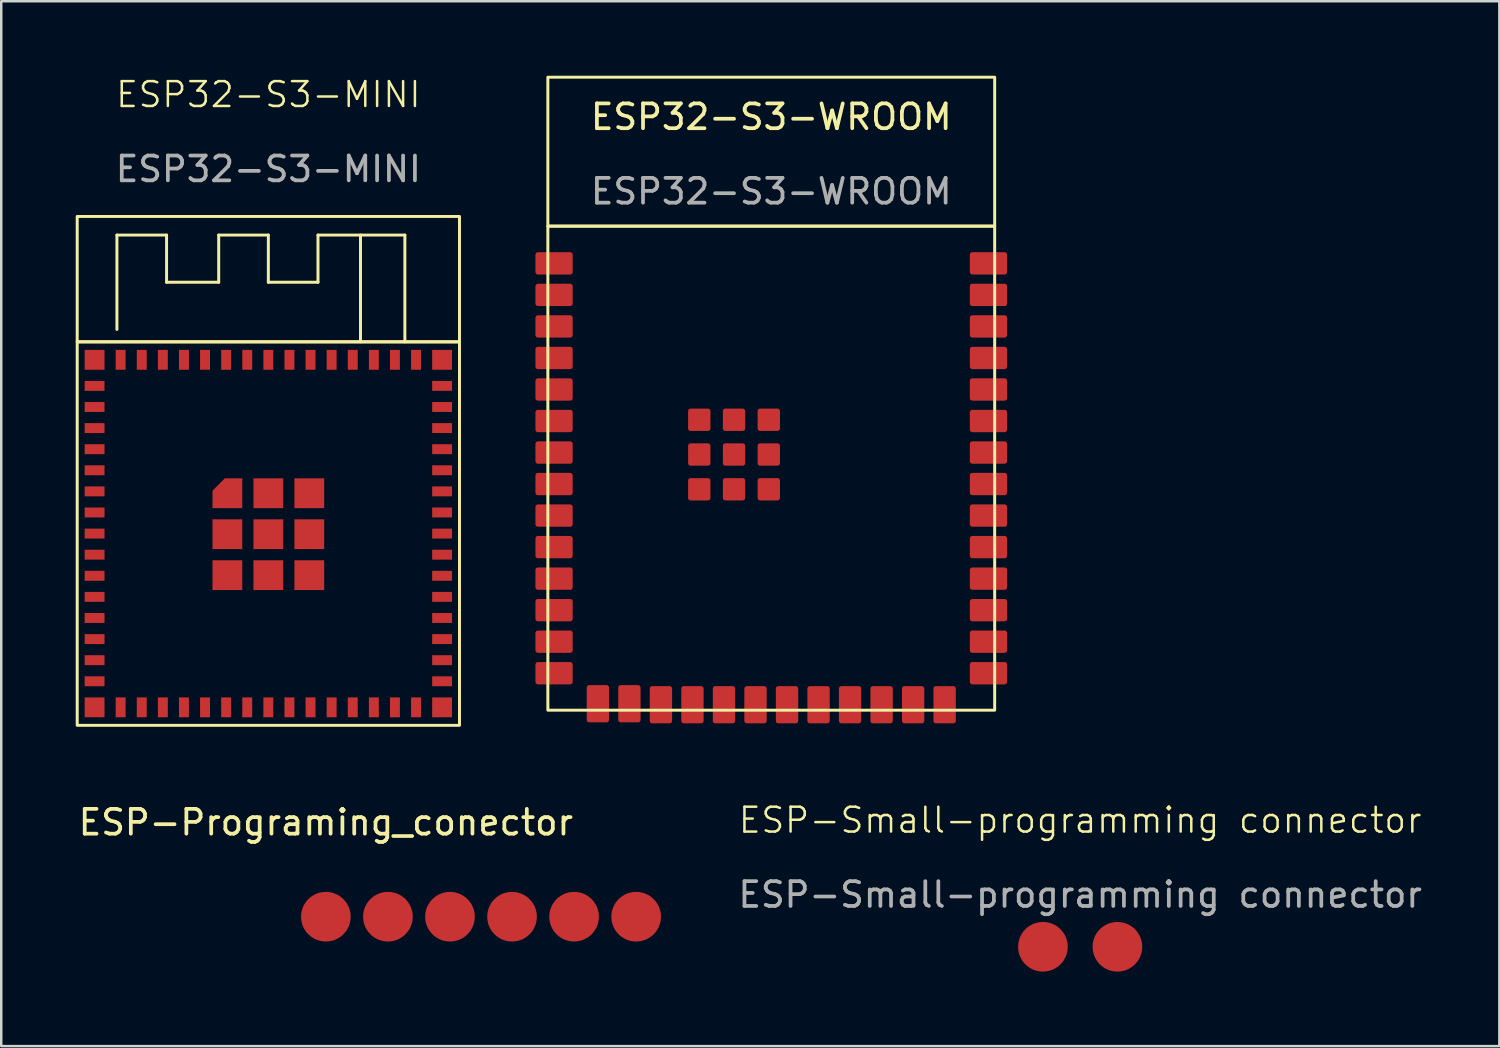
<source format=kicad_pcb>
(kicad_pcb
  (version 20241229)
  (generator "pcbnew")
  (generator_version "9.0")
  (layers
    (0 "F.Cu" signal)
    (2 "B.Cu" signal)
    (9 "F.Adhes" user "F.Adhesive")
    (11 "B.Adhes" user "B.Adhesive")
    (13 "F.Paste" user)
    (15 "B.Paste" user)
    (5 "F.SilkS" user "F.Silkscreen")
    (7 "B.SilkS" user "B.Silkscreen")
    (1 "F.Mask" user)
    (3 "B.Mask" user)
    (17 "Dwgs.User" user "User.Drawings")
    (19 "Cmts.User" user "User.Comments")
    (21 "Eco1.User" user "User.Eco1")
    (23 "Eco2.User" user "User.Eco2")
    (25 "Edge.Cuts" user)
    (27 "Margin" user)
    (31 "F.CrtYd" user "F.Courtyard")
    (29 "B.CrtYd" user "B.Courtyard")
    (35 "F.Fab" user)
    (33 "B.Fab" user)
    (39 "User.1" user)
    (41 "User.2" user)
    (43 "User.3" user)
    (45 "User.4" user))
  (footprint "ESP-Small-programming connector"
    (layer "F.Cu")
    (at 40.464 35.091)
    (property "Reference" "ESP-Small-programming connector" (at 0 -5.1 0) (unlocked yes) (layer "F.SilkS") (effects (font (size 1 1) (thickness 0.1))))
    (attr smd)
    (fp_text user "${REFERENCE}" (at 0 -2.1 0) (unlocked yes) (layer "F.Fab") (effects (font (size 1 1) (thickness 0.15))))
    (pad "1" smd circle (at -1.5 0) (size 2 2) (layers "F.Cu" "F.Mask" "F.Paste"))
    (pad "2" smd circle (at 1.5 0) (size 2 2) (layers "F.Cu" "F.Mask" "F.Paste")))
  (footprint "ESP32-S3-WROOM"
    (layer "F.Cu")
    (at 28.02 7.56)
    (property "Reference" "ESP32-S3-WROOM" (at 0 -5.9 0) (unlocked yes) (layer "F.SilkS") (effects (font (size 1 1) (thickness 0.15))))
    (attr smd)
    (fp_rect (start -9 -1.5) (end 9 -7.5) (stroke (width 0.12) (type solid)) (fill no) (layer "F.SilkS"))
    (fp_rect (start -9 -1.5) (end 9 18) (stroke (width 0.12) (type solid)) (fill no) (layer "F.SilkS"))
    (fp_text user "${REFERENCE}" (at 0 -2.9 0) (unlocked yes) (layer "F.Fab") (effects (font (size 1 1) (thickness 0.15))))
    (pad "1" smd roundrect (at -8.75 0) (size 1.5 0.9) (layers "F.Cu" "F.Mask" "F.Paste") (roundrect_rratio 0.111))
    (pad "2" smd roundrect (at -8.75 1.27) (size 1.5 0.9) (layers "F.Cu" "F.Mask" "F.Paste") (roundrect_rratio 0.111))
    (pad "3" smd roundrect (at -8.75 2.54) (size 1.5 0.9) (layers "F.Cu" "F.Mask" "F.Paste") (roundrect_rratio 0.111))
    (pad "4" smd roundrect (at -8.75 3.81) (size 1.5 0.9) (layers "F.Cu" "F.Mask" "F.Paste") (roundrect_rratio 0.111))
    (pad "5" smd roundrect (at -8.75 5.08) (size 1.5 0.9) (layers "F.Cu" "F.Mask" "F.Paste") (roundrect_rratio 0.111))
    (pad "6" smd roundrect (at -8.75 6.35) (size 1.5 0.9) (layers "F.Cu" "F.Mask" "F.Paste") (roundrect_rratio 0.111))
    (pad "7" smd roundrect (at -8.75 7.62) (size 1.5 0.9) (layers "F.Cu" "F.Mask" "F.Paste") (roundrect_rratio 0.111))
    (pad "8" smd roundrect (at -8.75 8.89) (size 1.5 0.9) (layers "F.Cu" "F.Mask" "F.Paste") (roundrect_rratio 0.111))
    (pad "9" smd roundrect (at -8.75 10.16) (size 1.5 0.9) (layers "F.Cu" "F.Mask" "F.Paste") (roundrect_rratio 0.111))
    (pad "10" smd roundrect (at -8.75 11.43) (size 1.5 0.9) (layers "F.Cu" "F.Mask" "F.Paste") (roundrect_rratio 0.111))
    (pad "11" smd roundrect (at -8.75 12.7) (size 1.5 0.9) (layers "F.Cu" "F.Mask" "F.Paste") (roundrect_rratio 0.111))
    (pad "12" smd roundrect (at -8.75 13.97) (size 1.5 0.9) (layers "F.Cu" "F.Mask" "F.Paste") (roundrect_rratio 0.111))
    (pad "13" smd roundrect (at -8.75 15.24) (size 1.5 0.9) (layers "F.Cu" "F.Mask" "F.Paste") (roundrect_rratio 0.111))
    (pad "14" smd roundrect (at -8.75 16.51) (size 1.5 0.9) (layers "F.Cu" "F.Mask" "F.Paste") (roundrect_rratio 0.111))
    (pad "15" smd roundrect (at -6.985 17.74 270) (size 1.5 0.9) (layers "F.Cu" "F.Mask" "F.Paste") (roundrect_rratio 0.111))
    (pad "16" smd roundrect (at -5.715 17.74 270) (size 1.5 0.9) (layers "F.Cu" "F.Mask" "F.Paste") (roundrect_rratio 0.111))
    (pad "17" smd roundrect (at -4.445 17.78 270) (size 1.5 0.9) (layers "F.Cu" "F.Mask" "F.Paste") (roundrect_rratio 0.111))
    (pad "18" smd roundrect (at -3.175 17.78 270) (size 1.5 0.9) (layers "F.Cu" "F.Mask" "F.Paste") (roundrect_rratio 0.111))
    (pad "19" smd roundrect (at -1.905 17.78 270) (size 1.5 0.9) (layers "F.Cu" "F.Mask" "F.Paste") (roundrect_rratio 0.111))
    (pad "20" smd roundrect (at -0.635 17.78 270) (size 1.5 0.9) (layers "F.Cu" "F.Mask" "F.Paste") (roundrect_rratio 0.111))
    (pad "21" smd roundrect (at 0.635 17.78 270) (size 1.5 0.9) (layers "F.Cu" "F.Mask" "F.Paste") (roundrect_rratio 0.111))
    (pad "22" smd roundrect (at 1.905 17.78 270) (size 1.5 0.9) (layers "F.Cu" "F.Mask" "F.Paste") (roundrect_rratio 0.111))
    (pad "23" smd roundrect (at 3.175 17.78 270) (size 1.5 0.9) (layers "F.Cu" "F.Mask" "F.Paste") (roundrect_rratio 0.111))
    (pad "24" smd roundrect (at 4.445 17.78 270) (size 1.5 0.9) (layers "F.Cu" "F.Mask" "F.Paste") (roundrect_rratio 0.111))
    (pad "25" smd roundrect (at 5.715 17.78 270) (size 1.5 0.9) (layers "F.Cu" "F.Mask" "F.Paste") (roundrect_rratio 0.111))
    (pad "26" smd roundrect (at 6.985 17.78 270) (size 1.5 0.9) (layers "F.Cu" "F.Mask" "F.Paste") (roundrect_rratio 0.111))
    (pad "27" smd roundrect (at 8.75 16.51) (size 1.5 0.9) (layers "F.Cu" "F.Mask" "F.Paste") (roundrect_rratio 0.111))
    (pad "28" smd roundrect (at 8.75 15.24) (size 1.5 0.9) (layers "F.Cu" "F.Mask" "F.Paste") (roundrect_rratio 0.111))
    (pad "29" smd roundrect (at 8.75 13.97) (size 1.5 0.9) (layers "F.Cu" "F.Mask" "F.Paste") (roundrect_rratio 0.111))
    (pad "30" smd roundrect (at 8.75 12.7) (size 1.5 0.9) (layers "F.Cu" "F.Mask" "F.Paste") (roundrect_rratio 0.111))
    (pad "31" smd roundrect (at 8.75 11.43) (size 1.5 0.9) (layers "F.Cu" "F.Mask" "F.Paste") (roundrect_rratio 0.111))
    (pad "32" smd roundrect (at 8.75 10.16) (size 1.5 0.9) (layers "F.Cu" "F.Mask" "F.Paste") (roundrect_rratio 0.111))
    (pad "33" smd roundrect (at 8.75 8.89) (size 1.5 0.9) (layers "F.Cu" "F.Mask" "F.Paste") (roundrect_rratio 0.111))
    (pad "34" smd roundrect (at 8.75 7.62) (size 1.5 0.9) (layers "F.Cu" "F.Mask" "F.Paste") (roundrect_rratio 0.111))
    (pad "35" smd roundrect (at 8.75 6.35) (size 1.5 0.9) (layers "F.Cu" "F.Mask" "F.Paste") (roundrect_rratio 0.111))
    (pad "36" smd roundrect (at 8.75 5.08) (size 1.5 0.9) (layers "F.Cu" "F.Mask" "F.Paste") (roundrect_rratio 0.111))
    (pad "37" smd roundrect (at 8.75 3.81) (size 1.5 0.9) (layers "F.Cu" "F.Mask" "F.Paste") (roundrect_rratio 0.111))
    (pad "38" smd roundrect (at 8.75 2.54) (size 1.5 0.9) (layers "F.Cu" "F.Mask" "F.Paste") (roundrect_rratio 0.111))
    (pad "39" smd roundrect (at 8.75 1.27) (size 1.5 0.9) (layers "F.Cu" "F.Mask" "F.Paste") (roundrect_rratio 0.111))
    (pad "40" smd roundrect (at 8.75 0) (size 1.5 0.9) (layers "F.Cu" "F.Mask" "F.Paste") (roundrect_rratio 0.111))
    (pad "41" smd roundrect (at -2.9 6.3) (size 0.9 0.9) (layers "F.Cu" "F.Mask" "F.Paste") (roundrect_rratio 0.111))
    (pad "41" smd roundrect (at -2.9 7.7) (size 0.9 0.9) (layers "F.Cu" "F.Mask" "F.Paste") (roundrect_rratio 0.111))
    (pad "41" smd roundrect (at -2.9 9.1) (size 0.9 0.9) (layers "F.Cu" "F.Mask" "F.Paste") (roundrect_rratio 0.111))
    (pad "41" smd roundrect (at -1.5 6.3) (size 0.9 0.9) (layers "F.Cu" "F.Mask" "F.Paste") (roundrect_rratio 0.111))
    (pad "41" smd roundrect (at -1.5 7.7) (size 0.9 0.9) (layers "F.Cu" "F.Mask" "F.Paste") (roundrect_rratio 0.111))
    (pad "41" smd roundrect (at -1.5 9.1) (size 0.9 0.9) (layers "F.Cu" "F.Mask" "F.Paste") (roundrect_rratio 0.111))
    (pad "41" smd roundrect (at -0.1 6.3) (size 0.9 0.9) (layers "F.Cu" "F.Mask" "F.Paste") (roundrect_rratio 0.111))
    (pad "41" smd roundrect (at -0.1 7.7) (size 0.9 0.9) (layers "F.Cu" "F.Mask" "F.Paste") (roundrect_rratio 0.111))
    (pad "41" smd roundrect (at -0.1 9.1) (size 0.9 0.9) (layers "F.Cu" "F.Mask" "F.Paste") (roundrect_rratio 0.111)))
  (footprint "ESP32-S3-MINI"
    (layer "F.Cu")
    (at 7.76 10.72)
    (property "Reference" "ESP32-S3-MINI" (at 0 -9.96 0) (unlocked yes) (layer "F.SilkS") (effects (font (size 1 1) (thickness 0.1))))
    (attr smd)
    (fp_line (start -6.1 -4.3) (end -6.1 -0.5) (stroke (width 0.12) (type solid)) (layer "F.SilkS"))
    (fp_line (start -4.1 -4.3) (end -6.1 -4.3) (stroke (width 0.12) (type solid)) (layer "F.SilkS"))
    (fp_line (start -4.1 -2.4) (end -4.1 -4.3) (stroke (width 0.12) (type solid)) (layer "F.SilkS"))
    (fp_line (start -2 -4.3) (end -2 -2.4) (stroke (width 0.12) (type solid)) (layer "F.SilkS"))
    (fp_line (start -2 -2.4) (end -4.1 -2.4) (stroke (width 0.12) (type solid)) (layer "F.SilkS"))
    (fp_line (start 0 -4.3) (end -2 -4.3) (stroke (width 0.12) (type solid)) (layer "F.SilkS"))
    (fp_line (start 0 -2.4) (end 0 -4.3) (stroke (width 0.12) (type solid)) (layer "F.SilkS"))
    (fp_line (start 2 -4.3) (end 2 -2.4) (stroke (width 0.12) (type solid)) (layer "F.SilkS"))
    (fp_line (start 2 -2.4) (end 0 -2.4) (stroke (width 0.12) (type solid)) (layer "F.SilkS"))
    (fp_line (start 3.712 0) (end 3.712 -4.3) (stroke (width 0.12) (type solid)) (layer "F.SilkS"))
    (fp_line (start 5.5 -4.3) (end 2 -4.3) (stroke (width 0.12) (type solid)) (layer "F.SilkS"))
    (fp_line (start 5.5 0) (end 5.5 -4.3) (stroke (width 0.12) (type solid)) (layer "F.SilkS"))
    (fp_rect (start -7.7 0) (end 7.7 -5.05) (stroke (width 0.12) (type solid)) (fill no) (layer "F.SilkS"))
    (fp_rect (start -7.7 0) (end 7.7 15.45) (stroke (width 0.12) (type solid)) (fill no) (layer "F.SilkS"))
    (fp_text user "${REFERENCE}" (at 0 -6.96 0) (unlocked yes) (layer "F.Fab") (effects (font (size 1 1) (thickness 0.15))))
    (pad "1" smd rect (at -7 1.775) (size 0.8 0.4) (layers "F.Cu" "F.Mask" "F.Paste"))
    (pad "2" smd rect (at -7 2.625) (size 0.8 0.4) (layers "F.Cu" "F.Mask" "F.Paste"))
    (pad "3" smd rect (at -7 3.475) (size 0.8 0.4) (layers "F.Cu" "F.Mask" "F.Paste"))
    (pad "4" smd rect (at -7 4.325) (size 0.8 0.4) (layers "F.Cu" "F.Mask" "F.Paste"))
    (pad "5" smd rect (at -7 5.175) (size 0.8 0.4) (layers "F.Cu" "F.Mask" "F.Paste"))
    (pad "6" smd rect (at -7 6.025) (size 0.8 0.4) (layers "F.Cu" "F.Mask" "F.Paste"))
    (pad "7" smd rect (at -7 6.875) (size 0.8 0.4) (layers "F.Cu" "F.Mask" "F.Paste"))
    (pad "8" smd rect (at -7 7.725) (size 0.8 0.4) (layers "F.Cu" "F.Mask" "F.Paste"))
    (pad "9" smd rect (at -7 8.575) (size 0.8 0.4) (layers "F.Cu" "F.Mask" "F.Paste"))
    (pad "10" smd rect (at -7 9.425) (size 0.8 0.4) (layers "F.Cu" "F.Mask" "F.Paste"))
    (pad "11" smd rect (at -7 10.275) (size 0.8 0.4) (layers "F.Cu" "F.Mask" "F.Paste"))
    (pad "12" smd rect (at -7 11.125) (size 0.8 0.4) (layers "F.Cu" "F.Mask" "F.Paste"))
    (pad "13" smd rect (at -7 11.975) (size 0.8 0.4) (layers "F.Cu" "F.Mask" "F.Paste"))
    (pad "14" smd rect (at -7 12.825) (size 0.8 0.4) (layers "F.Cu" "F.Mask" "F.Paste"))
    (pad "15" smd rect (at -7 13.675) (size 0.8 0.4) (layers "F.Cu" "F.Mask" "F.Paste"))
    (pad "16" smd rect (at -5.95 14.725 90) (size 0.8 0.4) (layers "F.Cu" "F.Mask" "F.Paste"))
    (pad "17" smd rect (at -5.1 14.725 90) (size 0.8 0.4) (layers "F.Cu" "F.Mask" "F.Paste"))
    (pad "18" smd rect (at -4.25 14.725 90) (size 0.8 0.4) (layers "F.Cu" "F.Mask" "F.Paste"))
    (pad "19" smd rect (at -3.4 14.725 90) (size 0.8 0.4) (layers "F.Cu" "F.Mask" "F.Paste"))
    (pad "20" smd rect (at -2.55 14.725 90) (size 0.8 0.4) (layers "F.Cu" "F.Mask" "F.Paste"))
    (pad "21" smd rect (at -1.7 14.725 90) (size 0.8 0.4) (layers "F.Cu" "F.Mask" "F.Paste"))
    (pad "22" smd rect (at -0.85 14.725 90) (size 0.8 0.4) (layers "F.Cu" "F.Mask" "F.Paste"))
    (pad "23" smd rect (at 0 14.725 90) (size 0.8 0.4) (layers "F.Cu" "F.Mask" "F.Paste"))
    (pad "24" smd rect (at 0.85 14.725 90) (size 0.8 0.4) (layers "F.Cu" "F.Mask" "F.Paste"))
    (pad "25" smd rect (at 1.7 14.725 90) (size 0.8 0.4) (layers "F.Cu" "F.Mask" "F.Paste"))
    (pad "26" smd rect (at 2.55 14.725 90) (size 0.8 0.4) (layers "F.Cu" "F.Mask" "F.Paste"))
    (pad "27" smd rect (at 3.4 14.725 90) (size 0.8 0.4) (layers "F.Cu" "F.Mask" "F.Paste"))
    (pad "28" smd rect (at 4.25 14.725 90) (size 0.8 0.4) (layers "F.Cu" "F.Mask" "F.Paste"))
    (pad "29" smd rect (at 5.1 14.725 90) (size 0.8 0.4) (layers "F.Cu" "F.Mask" "F.Paste"))
    (pad "30" smd rect (at 5.95 14.725 90) (size 0.8 0.4) (layers "F.Cu" "F.Mask" "F.Paste"))
    (pad "31" smd rect (at 7 13.675 180) (size 0.8 0.4) (layers "F.Cu" "F.Mask" "F.Paste"))
    (pad "32" smd rect (at 7 12.825 180) (size 0.8 0.4) (layers "F.Cu" "F.Mask" "F.Paste"))
    (pad "33" smd rect (at 7 11.975 180) (size 0.8 0.4) (layers "F.Cu" "F.Mask" "F.Paste"))
    (pad "34" smd rect (at 7 11.125 180) (size 0.8 0.4) (layers "F.Cu" "F.Mask" "F.Paste"))
    (pad "35" smd rect (at 7 10.275 180) (size 0.8 0.4) (layers "F.Cu" "F.Mask" "F.Paste"))
    (pad "36" smd rect (at 7 9.425 180) (size 0.8 0.4) (layers "F.Cu" "F.Mask" "F.Paste"))
    (pad "37" smd rect (at 7 8.575 180) (size 0.8 0.4) (layers "F.Cu" "F.Mask" "F.Paste"))
    (pad "38" smd rect (at 7 7.725 180) (size 0.8 0.4) (layers "F.Cu" "F.Mask" "F.Paste"))
    (pad "39" smd rect (at 7 6.875 180) (size 0.8 0.4) (layers "F.Cu" "F.Mask" "F.Paste"))
    (pad "40" smd rect (at 7 6.025 180) (size 0.8 0.4) (layers "F.Cu" "F.Mask" "F.Paste"))
    (pad "41" smd rect (at 7 5.175 180) (size 0.8 0.4) (layers "F.Cu" "F.Mask" "F.Paste"))
    (pad "42" smd rect (at 7 4.325 180) (size 0.8 0.4) (layers "F.Cu" "F.Mask" "F.Paste"))
    (pad "43" smd rect (at 7 3.475 180) (size 0.8 0.4) (layers "F.Cu" "F.Mask" "F.Paste"))
    (pad "44" smd rect (at 7 2.625 180) (size 0.8 0.4) (layers "F.Cu" "F.Mask" "F.Paste"))
    (pad "45" smd rect (at 7 1.775 180) (size 0.8 0.4) (layers "F.Cu" "F.Mask" "F.Paste"))
    (pad "46" smd rect (at 5.95 0.725 270) (size 0.8 0.4) (layers "F.Cu" "F.Mask" "F.Paste"))
    (pad "47" smd rect (at 5.1 0.725 270) (size 0.8 0.4) (layers "F.Cu" "F.Mask" "F.Paste"))
    (pad "48" smd rect (at 4.25 0.725 270) (size 0.8 0.4) (layers "F.Cu" "F.Mask" "F.Paste"))
    (pad "49" smd rect (at 3.4 0.725 270) (size 0.8 0.4) (layers "F.Cu" "F.Mask" "F.Paste"))
    (pad "50" smd rect (at 2.55 0.725 270) (size 0.8 0.4) (layers "F.Cu" "F.Mask" "F.Paste"))
    (pad "51" smd rect (at 1.7 0.725 270) (size 0.8 0.4) (layers "F.Cu" "F.Mask" "F.Paste"))
    (pad "52" smd rect (at 0.85 0.725 270) (size 0.8 0.4) (layers "F.Cu" "F.Mask" "F.Paste"))
    (pad "53" smd rect (at 0 0.725 270) (size 0.8 0.4) (layers "F.Cu" "F.Mask" "F.Paste"))
    (pad "54" smd rect (at -0.85 0.725 270) (size 0.8 0.4) (layers "F.Cu" "F.Mask" "F.Paste"))
    (pad "55" smd rect (at -1.7 0.725 270) (size 0.8 0.4) (layers "F.Cu" "F.Mask" "F.Paste"))
    (pad "56" smd rect (at -2.55 0.725 270) (size 0.8 0.4) (layers "F.Cu" "F.Mask" "F.Paste"))
    (pad "57" smd rect (at -3.4 0.725 270) (size 0.8 0.4) (layers "F.Cu" "F.Mask" "F.Paste"))
    (pad "58" smd rect (at -4.25 0.725 270) (size 0.8 0.4) (layers "F.Cu" "F.Mask" "F.Paste"))
    (pad "59" smd rect (at -5.1 0.725 270) (size 0.8 0.4) (layers "F.Cu" "F.Mask" "F.Paste"))
    (pad "60" smd rect (at -5.95 0.725 270) (size 0.8 0.4) (layers "F.Cu" "F.Mask" "F.Paste"))
    (pad "61" smd roundrect (at -1.65 6.1) (size 1.2 1.2) (layers "F.Cu" "F.Mask" "F.Paste") (roundrect_rratio 0) (chamfer_ratio 0.414) (chamfer top_left))
    (pad "61" smd rect (at -1.65 7.75) (size 1.2 1.2) (layers "F.Cu" "F.Mask" "F.Paste"))
    (pad "61" smd rect (at -1.65 9.4) (size 1.2 1.2) (layers "F.Cu" "F.Mask" "F.Paste"))
    (pad "61" smd rect (at 0 6.1) (size 1.2 1.2) (layers "F.Cu" "F.Mask" "F.Paste"))
    (pad "61" smd rect (at 0 7.75) (size 1.2 1.2) (layers "F.Cu" "F.Mask" "F.Paste"))
    (pad "61" smd rect (at 0 9.4) (size 1.2 1.2) (layers "F.Cu" "F.Mask" "F.Paste"))
    (pad "61" smd rect (at 1.65 6.1) (size 1.2 1.2) (layers "F.Cu" "F.Mask" "F.Paste"))
    (pad "61" smd rect (at 1.65 7.75) (size 1.2 1.2) (layers "F.Cu" "F.Mask" "F.Paste"))
    (pad "61" smd rect (at 1.65 9.4) (size 1.2 1.2) (layers "F.Cu" "F.Mask" "F.Paste"))
    (pad "62" smd rect (at -7 0.725) (size 0.8 0.8) (layers "F.Cu" "F.Mask" "F.Paste"))
    (pad "63" smd rect (at -7 14.725) (size 0.8 0.8) (layers "F.Cu" "F.Mask" "F.Paste"))
    (pad "64" smd rect (at 7 14.725) (size 0.8 0.8) (layers "F.Cu" "F.Mask" "F.Paste"))
    (pad "65" smd rect (at 7 0.725) (size 0.8 0.8) (layers "F.Cu" "F.Mask" "F.Paste")))
  (footprint "ESP-Programing_conector"
    (layer "F.Cu")
    (at 10.077 33.879)
    (property "Reference" "ESP-Programing_conector" (at 0 -3.8 0) (unlocked yes) (layer "F.SilkS") (effects (font (size 1 1) (thickness 0.15))))
    (pad "1" smd circle (at 0 0) (size 2 2) (layers "F.Cu" "F.Mask" "F.Paste"))
    (pad "2" smd circle (at 2.5 0) (size 2 2) (layers "F.Cu" "F.Mask" "F.Paste"))
    (pad "3" smd circle (at 5 0) (size 2 2) (layers "F.Cu" "F.Mask" "F.Paste"))
    (pad "4" smd circle (at 7.5 0) (size 2 2) (layers "F.Cu" "F.Mask" "F.Paste"))
    (pad "5" smd circle (at 10 0) (size 2 2) (layers "F.Cu" "F.Mask" "F.Paste"))
    (pad "6" smd circle (at 12.5 0) (size 2 2) (layers "F.Cu" "F.Mask" "F.Paste")))
  (gr_rect
    (start -3 -3)
    (end 57.351 39.091)
    (stroke (width 0.1) (type default))
    (fill no)
    (layer "Edge.Cuts")))
</source>
